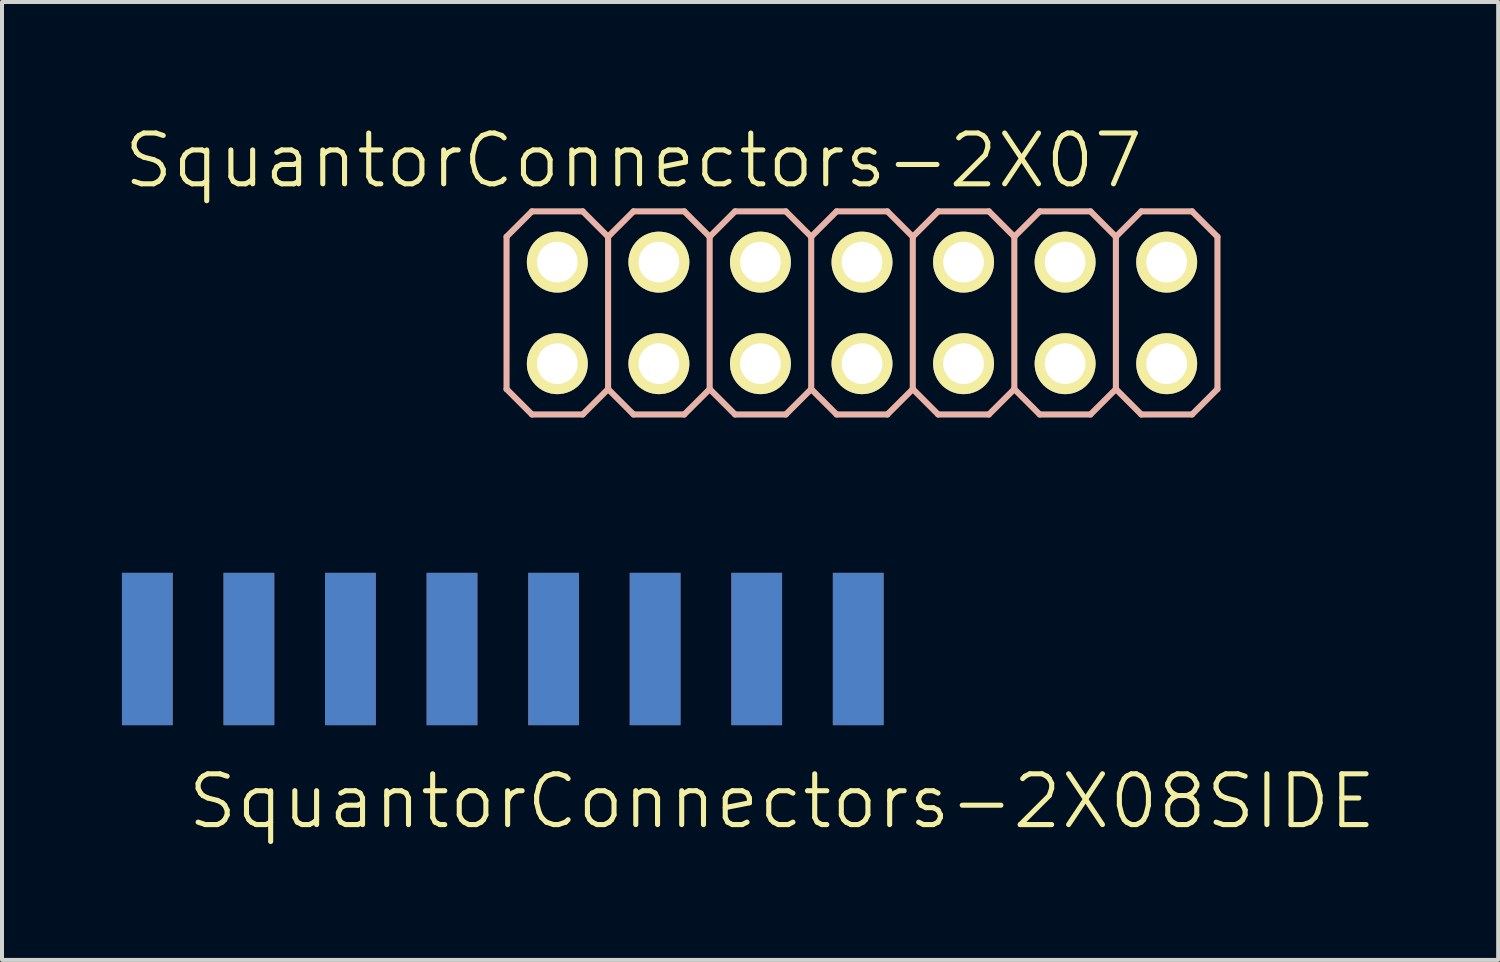
<source format=kicad_pcb>
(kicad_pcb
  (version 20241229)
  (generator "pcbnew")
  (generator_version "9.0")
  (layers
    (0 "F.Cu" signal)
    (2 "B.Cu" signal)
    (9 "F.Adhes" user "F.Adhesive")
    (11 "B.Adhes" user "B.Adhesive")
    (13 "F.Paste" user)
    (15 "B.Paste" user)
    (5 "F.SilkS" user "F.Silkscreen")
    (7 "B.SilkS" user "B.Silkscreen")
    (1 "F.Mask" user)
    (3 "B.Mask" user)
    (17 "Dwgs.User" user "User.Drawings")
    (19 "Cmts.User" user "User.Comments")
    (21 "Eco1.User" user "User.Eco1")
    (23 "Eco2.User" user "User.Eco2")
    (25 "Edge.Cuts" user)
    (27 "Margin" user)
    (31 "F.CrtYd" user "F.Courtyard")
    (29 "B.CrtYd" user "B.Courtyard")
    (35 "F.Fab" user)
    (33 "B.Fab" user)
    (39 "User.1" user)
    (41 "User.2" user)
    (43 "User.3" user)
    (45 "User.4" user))
  (footprint "SquantorConnectors-2X07"
    (layer "F.Cu")
    (at 18.509 4.776)
    (property "Reference" "SquantorConnectors-2X07" (at -5.715 -3.81 0) (layer "F.SilkS") (effects (font (size 1.27 1.27) (thickness 0.127))))
    (attr exclude_from_pos_files exclude_from_bom)
    (fp_line (start -7.874 -1.524) (end -7.366 -1.524) (stroke (width 0.066) (type solid)) (layer "F.SilkS"))
    (fp_line (start -7.874 -1.016) (end -7.874 -1.524) (stroke (width 0.066) (type solid)) (layer "F.SilkS"))
    (fp_line (start -7.874 -1.016) (end -7.366 -1.016) (stroke (width 0.066) (type solid)) (layer "F.SilkS"))
    (fp_line (start -7.874 1.016) (end -7.366 1.016) (stroke (width 0.066) (type solid)) (layer "F.SilkS"))
    (fp_line (start -7.874 1.524) (end -7.874 1.016) (stroke (width 0.066) (type solid)) (layer "F.SilkS"))
    (fp_line (start -7.874 1.524) (end -7.366 1.524) (stroke (width 0.066) (type solid)) (layer "F.SilkS"))
    (fp_line (start -7.366 -1.016) (end -7.366 -1.524) (stroke (width 0.066) (type solid)) (layer "F.SilkS"))
    (fp_line (start -7.366 1.524) (end -7.366 1.016) (stroke (width 0.066) (type solid)) (layer "F.SilkS"))
    (fp_line (start -5.334 -1.524) (end -4.826 -1.524) (stroke (width 0.066) (type solid)) (layer "F.SilkS"))
    (fp_line (start -5.334 -1.016) (end -5.334 -1.524) (stroke (width 0.066) (type solid)) (layer "F.SilkS"))
    (fp_line (start -5.334 -1.016) (end -4.826 -1.016) (stroke (width 0.066) (type solid)) (layer "F.SilkS"))
    (fp_line (start -5.334 1.016) (end -4.826 1.016) (stroke (width 0.066) (type solid)) (layer "F.SilkS"))
    (fp_line (start -5.334 1.524) (end -5.334 1.016) (stroke (width 0.066) (type solid)) (layer "F.SilkS"))
    (fp_line (start -5.334 1.524) (end -4.826 1.524) (stroke (width 0.066) (type solid)) (layer "F.SilkS"))
    (fp_line (start -4.826 -1.016) (end -4.826 -1.524) (stroke (width 0.066) (type solid)) (layer "F.SilkS"))
    (fp_line (start -4.826 1.524) (end -4.826 1.016) (stroke (width 0.066) (type solid)) (layer "F.SilkS"))
    (fp_line (start -2.794 -1.524) (end -2.286 -1.524) (stroke (width 0.066) (type solid)) (layer "F.SilkS"))
    (fp_line (start -2.794 -1.016) (end -2.794 -1.524) (stroke (width 0.066) (type solid)) (layer "F.SilkS"))
    (fp_line (start -2.794 -1.016) (end -2.286 -1.016) (stroke (width 0.066) (type solid)) (layer "F.SilkS"))
    (fp_line (start -2.794 1.016) (end -2.286 1.016) (stroke (width 0.066) (type solid)) (layer "F.SilkS"))
    (fp_line (start -2.794 1.524) (end -2.794 1.016) (stroke (width 0.066) (type solid)) (layer "F.SilkS"))
    (fp_line (start -2.794 1.524) (end -2.286 1.524) (stroke (width 0.066) (type solid)) (layer "F.SilkS"))
    (fp_line (start -2.286 -1.016) (end -2.286 -1.524) (stroke (width 0.066) (type solid)) (layer "F.SilkS"))
    (fp_line (start -2.286 1.524) (end -2.286 1.016) (stroke (width 0.066) (type solid)) (layer "F.SilkS"))
    (fp_line (start -0.254 -1.524) (end 0.254 -1.524) (stroke (width 0.066) (type solid)) (layer "F.SilkS"))
    (fp_line (start -0.254 -1.016) (end -0.254 -1.524) (stroke (width 0.066) (type solid)) (layer "F.SilkS"))
    (fp_line (start -0.254 -1.016) (end 0.254 -1.016) (stroke (width 0.066) (type solid)) (layer "F.SilkS"))
    (fp_line (start -0.254 1.016) (end 0.254 1.016) (stroke (width 0.066) (type solid)) (layer "F.SilkS"))
    (fp_line (start -0.254 1.524) (end -0.254 1.016) (stroke (width 0.066) (type solid)) (layer "F.SilkS"))
    (fp_line (start -0.254 1.524) (end 0.254 1.524) (stroke (width 0.066) (type solid)) (layer "F.SilkS"))
    (fp_line (start 0.254 -1.016) (end 0.254 -1.524) (stroke (width 0.066) (type solid)) (layer "F.SilkS"))
    (fp_line (start 0.254 1.524) (end 0.254 1.016) (stroke (width 0.066) (type solid)) (layer "F.SilkS"))
    (fp_line (start 2.286 -1.524) (end 2.794 -1.524) (stroke (width 0.066) (type solid)) (layer "F.SilkS"))
    (fp_line (start 2.286 -1.016) (end 2.286 -1.524) (stroke (width 0.066) (type solid)) (layer "F.SilkS"))
    (fp_line (start 2.286 -1.016) (end 2.794 -1.016) (stroke (width 0.066) (type solid)) (layer "F.SilkS"))
    (fp_line (start 2.286 1.016) (end 2.794 1.016) (stroke (width 0.066) (type solid)) (layer "F.SilkS"))
    (fp_line (start 2.286 1.524) (end 2.286 1.016) (stroke (width 0.066) (type solid)) (layer "F.SilkS"))
    (fp_line (start 2.286 1.524) (end 2.794 1.524) (stroke (width 0.066) (type solid)) (layer "F.SilkS"))
    (fp_line (start 2.794 -1.016) (end 2.794 -1.524) (stroke (width 0.066) (type solid)) (layer "F.SilkS"))
    (fp_line (start 2.794 1.524) (end 2.794 1.016) (stroke (width 0.066) (type solid)) (layer "F.SilkS"))
    (fp_line (start 4.826 -1.524) (end 5.334 -1.524) (stroke (width 0.066) (type solid)) (layer "F.SilkS"))
    (fp_line (start 4.826 -1.016) (end 4.826 -1.524) (stroke (width 0.066) (type solid)) (layer "F.SilkS"))
    (fp_line (start 4.826 -1.016) (end 5.334 -1.016) (stroke (width 0.066) (type solid)) (layer "F.SilkS"))
    (fp_line (start 4.826 1.016) (end 5.334 1.016) (stroke (width 0.066) (type solid)) (layer "F.SilkS"))
    (fp_line (start 4.826 1.524) (end 4.826 1.016) (stroke (width 0.066) (type solid)) (layer "F.SilkS"))
    (fp_line (start 4.826 1.524) (end 5.334 1.524) (stroke (width 0.066) (type solid)) (layer "F.SilkS"))
    (fp_line (start 5.334 -1.016) (end 5.334 -1.524) (stroke (width 0.066) (type solid)) (layer "F.SilkS"))
    (fp_line (start 5.334 1.524) (end 5.334 1.016) (stroke (width 0.066) (type solid)) (layer "F.SilkS"))
    (fp_line (start 7.366 -1.524) (end 7.874 -1.524) (stroke (width 0.066) (type solid)) (layer "F.SilkS"))
    (fp_line (start 7.366 -1.016) (end 7.366 -1.524) (stroke (width 0.066) (type solid)) (layer "F.SilkS"))
    (fp_line (start 7.366 -1.016) (end 7.874 -1.016) (stroke (width 0.066) (type solid)) (layer "F.SilkS"))
    (fp_line (start 7.366 1.016) (end 7.874 1.016) (stroke (width 0.066) (type solid)) (layer "F.SilkS"))
    (fp_line (start 7.366 1.524) (end 7.366 1.016) (stroke (width 0.066) (type solid)) (layer "F.SilkS"))
    (fp_line (start 7.366 1.524) (end 7.874 1.524) (stroke (width 0.066) (type solid)) (layer "F.SilkS"))
    (fp_line (start 7.874 -1.016) (end 7.874 -1.524) (stroke (width 0.066) (type solid)) (layer "F.SilkS"))
    (fp_line (start 7.874 1.524) (end 7.874 1.016) (stroke (width 0.066) (type solid)) (layer "F.SilkS"))
    (fp_line (start -8.89 -1.905) (end -8.255 -2.54) (stroke (width 0.152) (type solid)) (layer "B.SilkS"))
    (fp_line (start -8.89 1.905) (end -8.89 -1.905) (stroke (width 0.152) (type solid)) (layer "B.SilkS"))
    (fp_line (start -8.89 1.905) (end -8.255 2.54) (stroke (width 0.152) (type solid)) (layer "B.SilkS"))
    (fp_line (start -8.255 -2.54) (end -6.985 -2.54) (stroke (width 0.152) (type solid)) (layer "B.SilkS"))
    (fp_line (start -8.255 2.54) (end -6.985 2.54) (stroke (width 0.152) (type solid)) (layer "B.SilkS"))
    (fp_line (start -6.985 -2.54) (end -6.35 -1.905) (stroke (width 0.152) (type solid)) (layer "B.SilkS"))
    (fp_line (start -6.985 2.54) (end -6.35 1.905) (stroke (width 0.152) (type solid)) (layer "B.SilkS"))
    (fp_line (start -6.35 -1.905) (end -6.35 1.905) (stroke (width 0.152) (type solid)) (layer "B.SilkS"))
    (fp_line (start -6.35 -1.905) (end -5.715 -2.54) (stroke (width 0.152) (type solid)) (layer "B.SilkS"))
    (fp_line (start -6.35 1.905) (end -5.715 2.54) (stroke (width 0.152) (type solid)) (layer "B.SilkS"))
    (fp_line (start -5.715 -2.54) (end -4.445 -2.54) (stroke (width 0.152) (type solid)) (layer "B.SilkS"))
    (fp_line (start -5.715 2.54) (end -4.445 2.54) (stroke (width 0.152) (type solid)) (layer "B.SilkS"))
    (fp_line (start -4.445 -2.54) (end -3.81 -1.905) (stroke (width 0.152) (type solid)) (layer "B.SilkS"))
    (fp_line (start -4.445 2.54) (end -3.81 1.905) (stroke (width 0.152) (type solid)) (layer "B.SilkS"))
    (fp_line (start -3.81 -1.905) (end -3.81 1.905) (stroke (width 0.152) (type solid)) (layer "B.SilkS"))
    (fp_line (start -3.81 -1.905) (end -3.175 -2.54) (stroke (width 0.152) (type solid)) (layer "B.SilkS"))
    (fp_line (start -3.81 1.905) (end -3.175 2.54) (stroke (width 0.152) (type solid)) (layer "B.SilkS"))
    (fp_line (start -3.175 -2.54) (end -1.905 -2.54) (stroke (width 0.152) (type solid)) (layer "B.SilkS"))
    (fp_line (start -3.175 2.54) (end -1.905 2.54) (stroke (width 0.152) (type solid)) (layer "B.SilkS"))
    (fp_line (start -1.905 -2.54) (end -1.27 -1.905) (stroke (width 0.152) (type solid)) (layer "B.SilkS"))
    (fp_line (start -1.905 2.54) (end -1.27 1.905) (stroke (width 0.152) (type solid)) (layer "B.SilkS"))
    (fp_line (start -1.27 -1.905) (end -1.27 1.905) (stroke (width 0.152) (type solid)) (layer "B.SilkS"))
    (fp_line (start -1.27 -1.905) (end -0.635 -2.54) (stroke (width 0.152) (type solid)) (layer "B.SilkS"))
    (fp_line (start -1.27 1.905) (end -0.635 2.54) (stroke (width 0.152) (type solid)) (layer "B.SilkS"))
    (fp_line (start -0.635 -2.54) (end 0.635 -2.54) (stroke (width 0.152) (type solid)) (layer "B.SilkS"))
    (fp_line (start -0.635 2.54) (end 0.635 2.54) (stroke (width 0.152) (type solid)) (layer "B.SilkS"))
    (fp_line (start 0.635 -2.54) (end 1.27 -1.905) (stroke (width 0.152) (type solid)) (layer "B.SilkS"))
    (fp_line (start 0.635 2.54) (end 1.27 1.905) (stroke (width 0.152) (type solid)) (layer "B.SilkS"))
    (fp_line (start 1.27 -1.905) (end 1.27 1.905) (stroke (width 0.152) (type solid)) (layer "B.SilkS"))
    (fp_line (start 1.27 -1.905) (end 1.905 -2.54) (stroke (width 0.152) (type solid)) (layer "B.SilkS"))
    (fp_line (start 1.27 1.905) (end 1.905 2.54) (stroke (width 0.152) (type solid)) (layer "B.SilkS"))
    (fp_line (start 1.905 -2.54) (end 3.175 -2.54) (stroke (width 0.152) (type solid)) (layer "B.SilkS"))
    (fp_line (start 1.905 2.54) (end 3.175 2.54) (stroke (width 0.152) (type solid)) (layer "B.SilkS"))
    (fp_line (start 3.175 -2.54) (end 3.81 -1.905) (stroke (width 0.152) (type solid)) (layer "B.SilkS"))
    (fp_line (start 3.175 2.54) (end 3.81 1.905) (stroke (width 0.152) (type solid)) (layer "B.SilkS"))
    (fp_line (start 3.81 -1.905) (end 3.81 1.905) (stroke (width 0.152) (type solid)) (layer "B.SilkS"))
    (fp_line (start 3.81 -1.905) (end 4.445 -2.54) (stroke (width 0.152) (type solid)) (layer "B.SilkS"))
    (fp_line (start 3.81 1.905) (end 4.445 2.54) (stroke (width 0.152) (type solid)) (layer "B.SilkS"))
    (fp_line (start 4.445 -2.54) (end 5.715 -2.54) (stroke (width 0.152) (type solid)) (layer "B.SilkS"))
    (fp_line (start 4.445 2.54) (end 5.715 2.54) (stroke (width 0.152) (type solid)) (layer "B.SilkS"))
    (fp_line (start 5.715 -2.54) (end 6.35 -1.905) (stroke (width 0.152) (type solid)) (layer "B.SilkS"))
    (fp_line (start 5.715 2.54) (end 6.35 1.905) (stroke (width 0.152) (type solid)) (layer "B.SilkS"))
    (fp_line (start 6.35 -1.905) (end 6.35 1.905) (stroke (width 0.152) (type solid)) (layer "B.SilkS"))
    (fp_line (start 6.35 -1.905) (end 6.985 -2.54) (stroke (width 0.152) (type solid)) (layer "B.SilkS"))
    (fp_line (start 6.35 1.905) (end 6.985 2.54) (stroke (width 0.152) (type solid)) (layer "B.SilkS"))
    (fp_line (start 6.985 -2.54) (end 8.255 -2.54) (stroke (width 0.152) (type solid)) (layer "B.SilkS"))
    (fp_line (start 6.985 2.54) (end 8.255 2.54) (stroke (width 0.152) (type solid)) (layer "B.SilkS"))
    (fp_line (start 8.255 -2.54) (end 8.89 -1.905) (stroke (width 0.152) (type solid)) (layer "B.SilkS"))
    (fp_line (start 8.255 2.54) (end 8.89 1.905) (stroke (width 0.152) (type solid)) (layer "B.SilkS"))
    (fp_line (start 8.89 -1.905) (end 8.89 1.905) (stroke (width 0.152) (type solid)) (layer "B.SilkS"))
    (pad "1" thru_hole circle (at -7.62 1.27) (size 1.524 1.524) (drill 1.016) (layers "*.Cu" "F.Mask" "F.SilkS" "F.Paste"))
    (pad "2" thru_hole circle (at -7.62 -1.27) (size 1.524 1.524) (drill 1.016) (layers "*.Cu" "F.Mask" "F.SilkS" "F.Paste"))
    (pad "3" thru_hole circle (at -5.08 1.27) (size 1.524 1.524) (drill 1.016) (layers "*.Cu" "F.Mask" "F.SilkS" "F.Paste"))
    (pad "4" thru_hole circle (at -5.08 -1.27) (size 1.524 1.524) (drill 1.016) (layers "*.Cu" "F.Mask" "F.SilkS" "F.Paste"))
    (pad "5" thru_hole circle (at -2.54 1.27) (size 1.524 1.524) (drill 1.016) (layers "*.Cu" "F.Mask" "F.SilkS" "F.Paste"))
    (pad "6" thru_hole circle (at -2.54 -1.27) (size 1.524 1.524) (drill 1.016) (layers "*.Cu" "F.Mask" "F.SilkS" "F.Paste"))
    (pad "7" thru_hole circle (at 0 1.27) (size 1.524 1.524) (drill 1.016) (layers "*.Cu" "F.Mask" "F.SilkS" "F.Paste"))
    (pad "8" thru_hole circle (at 0 -1.27) (size 1.524 1.524) (drill 1.016) (layers "*.Cu" "F.Mask" "F.SilkS" "F.Paste"))
    (pad "9" thru_hole circle (at 2.54 1.27) (size 1.524 1.524) (drill 1.016) (layers "*.Cu" "F.Mask" "F.SilkS" "F.Paste"))
    (pad "10" thru_hole circle (at 2.54 -1.27) (size 1.524 1.524) (drill 1.016) (layers "*.Cu" "F.Mask" "F.SilkS" "F.Paste"))
    (pad "11" thru_hole circle (at 5.08 1.27) (size 1.524 1.524) (drill 1.016) (layers "*.Cu" "F.Mask" "F.SilkS" "F.Paste"))
    (pad "12" thru_hole circle (at 5.08 -1.27) (size 1.524 1.524) (drill 1.016) (layers "*.Cu" "F.Mask" "F.SilkS" "F.Paste"))
    (pad "13" thru_hole circle (at 7.62 1.27) (size 1.524 1.524) (drill 1.016) (layers "*.Cu" "F.Mask" "F.SilkS" "F.Paste"))
    (pad "14" thru_hole circle (at 7.62 -1.27) (size 1.524 1.524) (drill 1.016) (layers "*.Cu" "F.Mask" "F.SilkS" "F.Paste")))
  (footprint "SquantorConnectors-2X08SIDE"
    (layer "F.Cu")
    (at 9.525 10.642)
    (property "Reference" "SquantorConnectors-2X08SIDE" (at 6.985 6.35 0) (layer "F.SilkS") (effects (font (size 1.27 1.27) (thickness 0.127))))
    (attr smd)
    (pad "1" smd rect (at -8.89 2.54 90) (size 3.81 1.27) (layers "F.Cu" "F.Mask" "F.Paste"))
    (pad "2" smd rect (at -8.89 2.54 90) (size 3.81 1.27) (layers "B.Cu" "B.Mask"))
    (pad "3" smd rect (at -6.35 2.54 90) (size 3.81 1.27) (layers "F.Cu" "F.Mask" "F.Paste"))
    (pad "4" smd rect (at -6.35 2.54 90) (size 3.81 1.27) (layers "B.Cu" "B.Mask"))
    (pad "5" smd rect (at -3.81 2.54 90) (size 3.81 1.27) (layers "F.Cu" "F.Mask" "F.Paste"))
    (pad "6" smd rect (at -3.81 2.54 90) (size 3.81 1.27) (layers "B.Cu" "B.Mask"))
    (pad "7" smd rect (at -1.27 2.54 90) (size 3.81 1.27) (layers "F.Cu" "F.Mask" "F.Paste"))
    (pad "8" smd rect (at -1.27 2.54 90) (size 3.81 1.27) (layers "B.Cu" "B.Mask"))
    (pad "9" smd rect (at 1.27 2.54 90) (size 3.81 1.27) (layers "F.Cu" "F.Mask" "F.Paste"))
    (pad "10" smd rect (at 1.27 2.54 90) (size 3.81 1.27) (layers "B.Cu" "B.Mask"))
    (pad "11" smd rect (at 3.81 2.54 90) (size 3.81 1.27) (layers "F.Cu" "F.Mask" "F.Paste"))
    (pad "12" smd rect (at 3.81 2.54 90) (size 3.81 1.27) (layers "B.Cu" "B.Mask"))
    (pad "13" smd rect (at 6.35 2.54 90) (size 3.81 1.27) (layers "F.Cu" "F.Mask" "F.Paste"))
    (pad "14" smd rect (at 6.35 2.54 90) (size 3.81 1.27) (layers "B.Cu" "B.Mask"))
    (pad "15" smd rect (at 8.89 2.54 90) (size 3.81 1.27) (layers "F.Cu" "F.Mask" "F.Paste"))
    (pad "16" smd rect (at 8.89 2.54 90) (size 3.81 1.27) (layers "B.Cu" "B.Mask")))
  (gr_rect
    (start -3 -3)
    (end 34.42 20.958)
    (stroke (width 0.1) (type default))
    (fill no)
    (layer "Edge.Cuts")))
</source>
